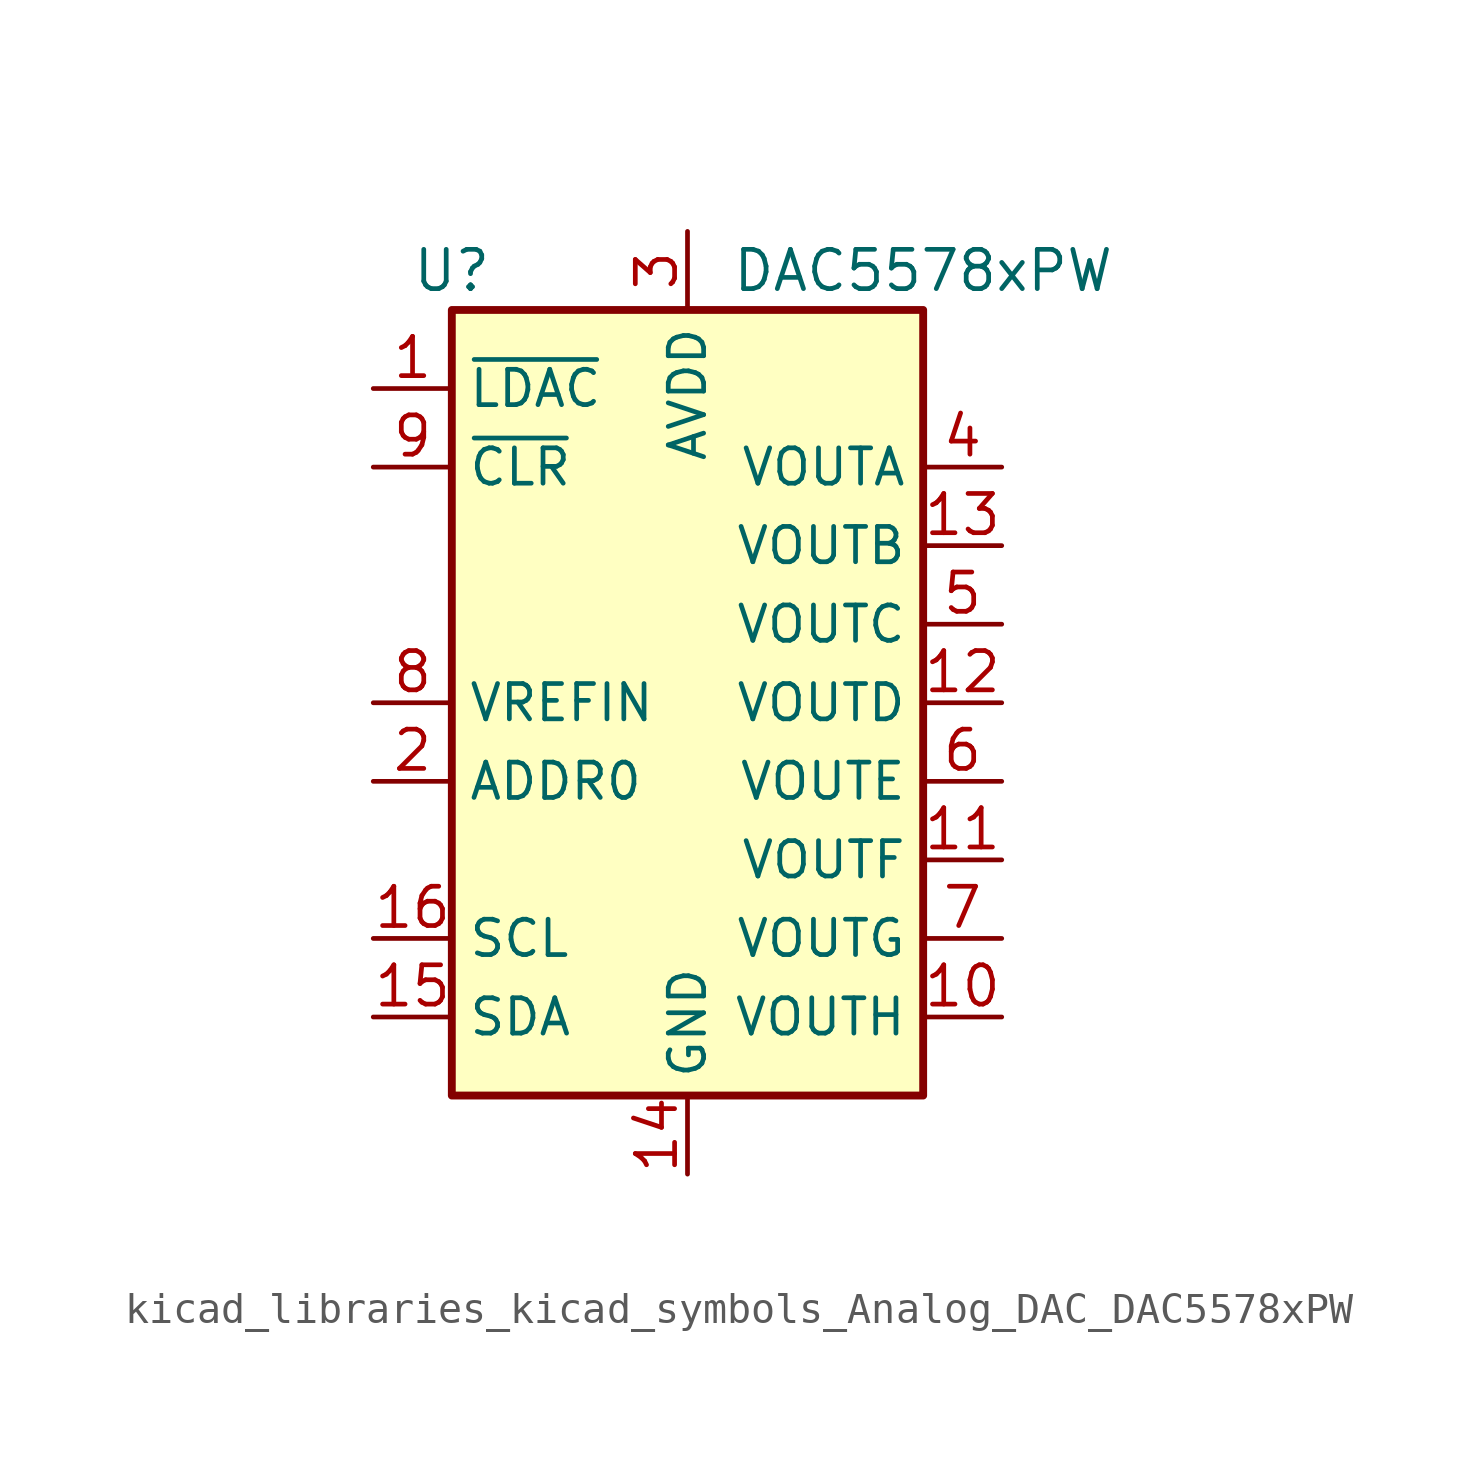
<source format=kicad_sym>
(kicad_symbol_lib
  (version 20220914)
  (generator kicad_symbol_editor)
  (symbol "kicad_libraries_kicad_symbols_Analog_DAC_DAC5578xPW"
    (property "Reference" "U"
      (at -7.62 13.97 0)
      (effects (font (size 1.27 1.27))))
    (property "Value" "DAC5578xPW"
      (at 7.62 13.97 0)
      (effects (font (size 1.27 1.27))))
    (symbol "kicad_libraries_kicad_symbols_Analog_DAC_DAC5578xPW_0_1"
      (rectangle (start -7.62 12.7) (end 7.62 -12.7) (stroke (width 0.254) (type default)) (fill (type background))))
    (symbol "kicad_libraries_kicad_symbols_Analog_DAC_DAC5578xPW_1_1"
      (pin input line (at -10.16 10.16 0) (length 2.54) (name "~{LDAC}" (effects (font (size 1.143 1.143)))) (number "1" (effects (font (size 1.27 1.27)))))
      (pin output line (at 10.16 -10.16 180) (length 2.54) (name "VOUTH" (effects (font (size 1.143 1.143)))) (number "10" (effects (font (size 1.27 1.27)))))
      (pin output line (at 10.16 -5.08 180) (length 2.54) (name "VOUTF" (effects (font (size 1.143 1.143)))) (number "11" (effects (font (size 1.27 1.27)))))
      (pin output line (at 10.16 0 180) (length 2.54) (name "VOUTD" (effects (font (size 1.143 1.143)))) (number "12" (effects (font (size 1.27 1.27)))))
      (pin output line (at 10.16 5.08 180) (length 2.54) (name "VOUTB" (effects (font (size 1.143 1.143)))) (number "13" (effects (font (size 1.27 1.27)))))
      (pin power_in line (at 0 -15.24 90) (length 2.54) (name "GND" (effects (font (size 1.143 1.143)))) (number "14" (effects (font (size 1.27 1.27)))))
      (pin bidirectional line (at -10.16 -10.16 0) (length 2.54) (name "SDA" (effects (font (size 1.143 1.143)))) (number "15" (effects (font (size 1.27 1.27)))))
      (pin input line (at -10.16 -7.62 0) (length 2.54) (name "SCL" (effects (font (size 1.143 1.143)))) (number "16" (effects (font (size 1.27 1.27)))))
      (pin input line (at -10.16 -2.54 0) (length 2.54) (name "ADDR0" (effects (font (size 1.143 1.143)))) (number "2" (effects (font (size 1.27 1.27)))))
      (pin power_in line (at 0 15.24 270) (length 2.54) (name "AVDD" (effects (font (size 1.143 1.143)))) (number "3" (effects (font (size 1.27 1.27)))))
      (pin output line (at 10.16 7.62 180) (length 2.54) (name "VOUTA" (effects (font (size 1.143 1.143)))) (number "4" (effects (font (size 1.27 1.27)))))
      (pin output line (at 10.16 2.54 180) (length 2.54) (name "VOUTC" (effects (font (size 1.143 1.143)))) (number "5" (effects (font (size 1.27 1.27)))))
      (pin output line (at 10.16 -2.54 180) (length 2.54) (name "VOUTE" (effects (font (size 1.143 1.143)))) (number "6" (effects (font (size 1.27 1.27)))))
      (pin output line (at 10.16 -7.62 180) (length 2.54) (name "VOUTG" (effects (font (size 1.143 1.143)))) (number "7" (effects (font (size 1.27 1.27)))))
      (pin input line (at -10.16 0 0) (length 2.54) (name "VREFIN" (effects (font (size 1.143 1.143)))) (number "8" (effects (font (size 1.27 1.27)))))
      (pin input line (at -10.16 7.62 0) (length 2.54) (name "~{CLR}" (effects (font (size 1.143 1.143)))) (number "9" (effects (font (size 1.27 1.27))))))))
</source>
